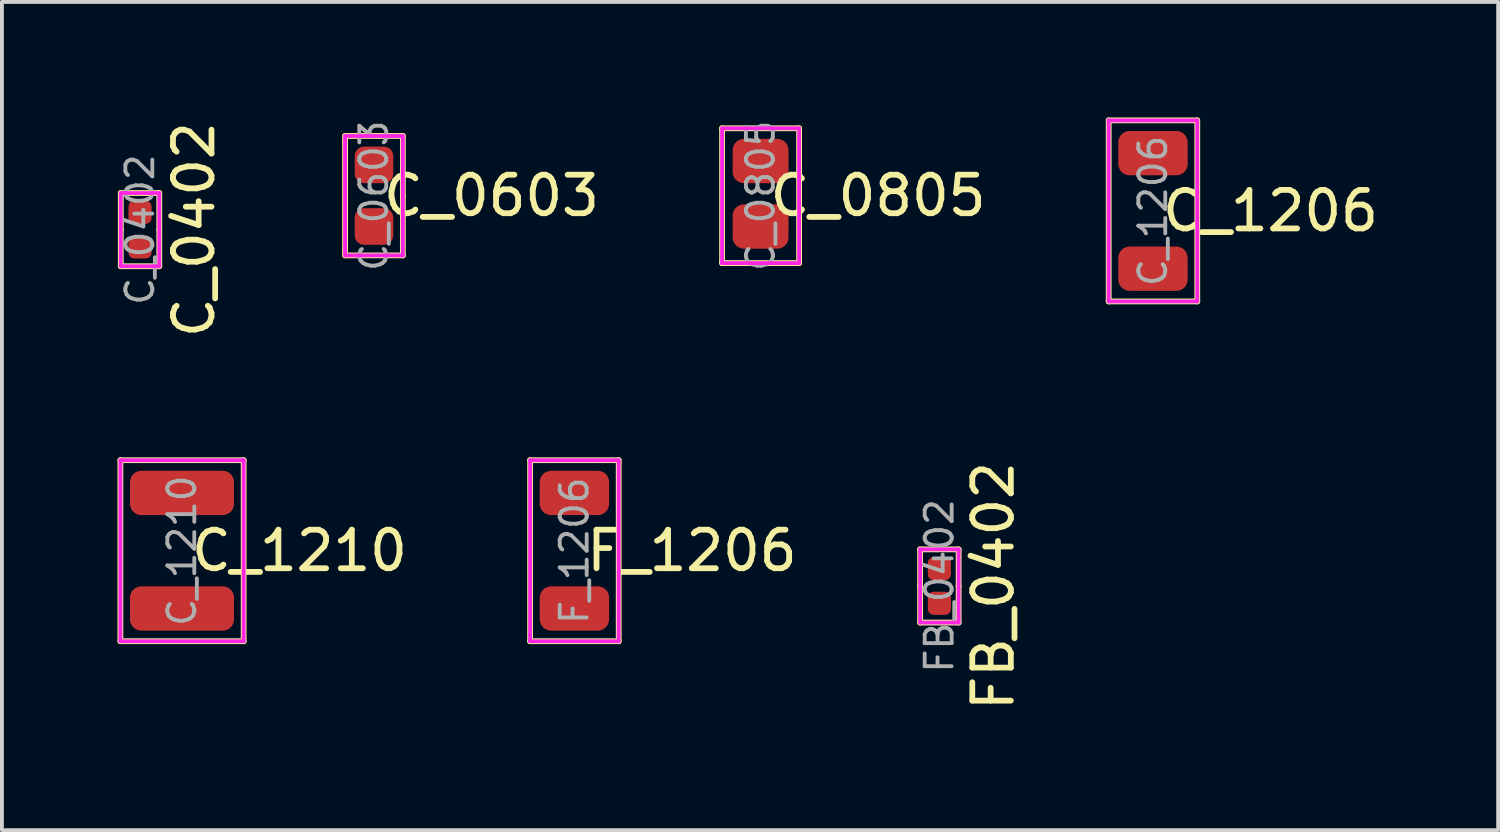
<source format=kicad_pcb>
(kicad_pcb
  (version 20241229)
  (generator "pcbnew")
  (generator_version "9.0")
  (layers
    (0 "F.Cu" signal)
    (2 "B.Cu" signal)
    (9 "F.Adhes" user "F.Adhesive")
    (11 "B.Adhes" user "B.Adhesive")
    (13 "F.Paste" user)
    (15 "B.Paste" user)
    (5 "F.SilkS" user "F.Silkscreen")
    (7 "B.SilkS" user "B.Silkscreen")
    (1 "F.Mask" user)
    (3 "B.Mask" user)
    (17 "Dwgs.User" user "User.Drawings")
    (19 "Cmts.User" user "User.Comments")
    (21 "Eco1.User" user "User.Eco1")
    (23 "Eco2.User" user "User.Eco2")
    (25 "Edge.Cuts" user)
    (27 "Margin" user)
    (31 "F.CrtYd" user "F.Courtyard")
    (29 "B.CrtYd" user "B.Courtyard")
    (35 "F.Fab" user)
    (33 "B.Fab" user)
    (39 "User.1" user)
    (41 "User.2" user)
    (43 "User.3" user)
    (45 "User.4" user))
  (footprint "C_0402"
    (layer "F.Cu")
    (at 0.585 2.911)
    (property "Reference" "C_0402" (at 1.4 0 90) (unlocked yes) (layer "F.SilkS") (effects (font (size 1 1) (thickness 0.15))))
    (attr smd)
    (fp_line (start -0.5 -0.95) (end 0.5 -0.95) (stroke (width 0.15) (type solid)) (layer "F.SilkS"))
    (fp_line (start -0.5 0) (end -0.5 -0.95) (stroke (width 0.15) (type solid)) (layer "F.SilkS"))
    (fp_line (start -0.5 0) (end -0.5 0.95) (stroke (width 0.15) (type solid)) (layer "F.SilkS"))
    (fp_line (start -0.5 0.95) (end 0.5 0.95) (stroke (width 0.15) (type solid)) (layer "F.SilkS"))
    (fp_line (start 0.5 0) (end 0.5 -0.95) (stroke (width 0.15) (type solid)) (layer "F.SilkS"))
    (fp_line (start 0.5 0) (end 0.5 0.95) (stroke (width 0.15) (type solid)) (layer "F.SilkS"))
    (fp_line (start -0.5 -0.95) (end 0.5 -0.95) (stroke (width 0.1) (type solid)) (layer "F.CrtYd"))
    (fp_line (start -0.5 0.95) (end -0.5 -0.95) (stroke (width 0.1) (type solid)) (layer "F.CrtYd"))
    (fp_line (start 0.5 -0.95) (end 0.5 0.95) (stroke (width 0.1) (type solid)) (layer "F.CrtYd"))
    (fp_line (start 0.5 0.95) (end -0.5 0.95) (stroke (width 0.1) (type solid)) (layer "F.CrtYd"))
    (fp_text user "${REFERENCE}" (at 0 0 90) (unlocked yes) (layer "F.Fab") (effects (font (size 0.7 0.7) (thickness 0.1))))
    (pad "1" smd roundrect (at 0 -0.45) (size 0.6 0.6) (layers "F.Cu" "F.Mask" "F.Paste") (roundrect_rratio 0.25))
    (pad "2" smd roundrect (at 0 0.45) (size 0.6 0.6) (layers "F.Cu" "F.Mask" "F.Paste") (roundrect_rratio 0.25)))
  (footprint "FB_0402"
    (layer "F.Cu")
    (at 21.335 12.161)
    (property "Reference" "FB_0402" (at 1.4 0 90) (unlocked yes) (layer "F.SilkS") (effects (font (size 1 1) (thickness 0.15))))
    (attr smd)
    (fp_line (start -0.5 -0.95) (end 0.5 -0.95) (stroke (width 0.15) (type solid)) (layer "F.SilkS"))
    (fp_line (start -0.5 0) (end -0.5 -0.95) (stroke (width 0.15) (type solid)) (layer "F.SilkS"))
    (fp_line (start -0.5 0) (end -0.5 0.95) (stroke (width 0.15) (type solid)) (layer "F.SilkS"))
    (fp_line (start -0.5 0.95) (end 0.5 0.95) (stroke (width 0.15) (type solid)) (layer "F.SilkS"))
    (fp_line (start 0.5 0) (end 0.5 -0.95) (stroke (width 0.15) (type solid)) (layer "F.SilkS"))
    (fp_line (start 0.5 0) (end 0.5 0.95) (stroke (width 0.15) (type solid)) (layer "F.SilkS"))
    (fp_line (start -0.5 -0.95) (end 0.5 -0.95) (stroke (width 0.1) (type solid)) (layer "F.CrtYd"))
    (fp_line (start -0.5 0.95) (end -0.5 -0.95) (stroke (width 0.1) (type solid)) (layer "F.CrtYd"))
    (fp_line (start 0.5 -0.95) (end 0.5 0.95) (stroke (width 0.1) (type solid)) (layer "F.CrtYd"))
    (fp_line (start 0.5 0.95) (end -0.5 0.95) (stroke (width 0.1) (type solid)) (layer "F.CrtYd"))
    (fp_text user "${REFERENCE}" (at 0 0 90) (unlocked yes) (layer "F.Fab") (effects (font (size 0.7 0.7) (thickness 0.1))))
    (pad "1" smd roundrect (at 0 -0.45) (size 0.6 0.6) (layers "F.Cu" "F.Mask" "F.Paste") (roundrect_rratio 0.25))
    (pad "2" smd roundrect (at 0 0.45) (size 0.6 0.6) (layers "F.Cu" "F.Mask" "F.Paste") (roundrect_rratio 0.25)))
  (footprint "C_0603"
    (layer "F.Cu")
    (at 6.658 2.03)
    (property "Reference" "C_0603" (at 3.05 0 0) (unlocked yes) (layer "F.SilkS") (effects (font (size 1 1) (thickness 0.15))))
    (attr smd)
    (fp_line (start -0.75 -1.55) (end -0.75 1.55) (stroke (width 0.15) (type solid)) (layer "F.SilkS"))
    (fp_line (start -0.75 1.55) (end 0.75 1.55) (stroke (width 0.15) (type solid)) (layer "F.SilkS"))
    (fp_line (start 0.75 -1.55) (end -0.75 -1.55) (stroke (width 0.15) (type solid)) (layer "F.SilkS"))
    (fp_line (start 0.75 0) (end 0.75 -1.55) (stroke (width 0.15) (type solid)) (layer "F.SilkS"))
    (fp_line (start 0.75 1.55) (end 0.75 0) (stroke (width 0.15) (type solid)) (layer "F.SilkS"))
    (fp_line (start -0.75 -1.55) (end -0.75 1.55) (stroke (width 0.1) (type solid)) (layer "F.CrtYd"))
    (fp_line (start 0.75 -1.55) (end -0.75 -1.55) (stroke (width 0.1) (type solid)) (layer "F.CrtYd"))
    (fp_line (start 0.75 1.55) (end -0.75 1.55) (stroke (width 0.1) (type solid)) (layer "F.CrtYd"))
    (fp_line (start 0.75 1.55) (end 0.75 -1.55) (stroke (width 0.1) (type solid)) (layer "F.CrtYd"))
    (fp_text user "${REFERENCE}" (at 0 0 90) (unlocked yes) (layer "F.Fab") (effects (font (size 0.7 0.7) (thickness 0.1))))
    (pad "1" smd roundrect (at 0 -0.8) (size 1 0.95) (layers "F.Cu" "F.Mask" "F.Paste") (roundrect_rratio 0.25))
    (pad "2" smd roundrect (at 0 0.8) (size 1 0.95) (layers "F.Cu" "F.Mask" "F.Paste") (roundrect_rratio 0.25)))
  (footprint "F_1206"
    (layer "F.Cu")
    (at 11.861 11.246)
    (property "Reference" "F_1206" (at 3.05 0 0) (unlocked yes) (layer "F.SilkS") (effects (font (size 1 1) (thickness 0.15))))
    (attr smd)
    (fp_line (start -1.15 -2.35) (end -1.15 2.35) (stroke (width 0.15) (type solid)) (layer "F.SilkS"))
    (fp_line (start -1.15 2.35) (end 1.15 2.35) (stroke (width 0.15) (type solid)) (layer "F.SilkS"))
    (fp_line (start 1.15 -2.35) (end -1.15 -2.35) (stroke (width 0.15) (type solid)) (layer "F.SilkS"))
    (fp_line (start 1.15 2.35) (end 1.15 -2.35) (stroke (width 0.15) (type solid)) (layer "F.SilkS"))
    (fp_line (start -1.15 -2.35) (end -1.15 2.35) (stroke (width 0.1) (type solid)) (layer "F.CrtYd"))
    (fp_line (start 1.15 -2.35) (end -1.15 -2.35) (stroke (width 0.1) (type solid)) (layer "F.CrtYd"))
    (fp_line (start 1.15 2.35) (end -1.15 2.35) (stroke (width 0.1) (type solid)) (layer "F.CrtYd"))
    (fp_line (start 1.15 2.35) (end 1.15 -2.35) (stroke (width 0.1) (type solid)) (layer "F.CrtYd"))
    (fp_text user "${REFERENCE}" (at 0 0 90) (unlocked yes) (layer "F.Fab") (effects (font (size 0.7 0.7) (thickness 0.1))))
    (pad "1" smd roundrect (at 0 -1.5) (size 1.8 1.15) (layers "F.Cu" "F.Mask" "F.Paste") (roundrect_rratio 0.25))
    (pad "2" smd roundrect (at 0 1.5) (size 1.8 1.15) (layers "F.Cu" "F.Mask" "F.Paste") (roundrect_rratio 0.25)))
  (footprint "C_0805"
    (layer "F.Cu")
    (at 16.694 2.03)
    (property "Reference" "C_0805" (at 3.05 0 0) (unlocked yes) (layer "F.SilkS") (effects (font (size 1 1) (thickness 0.15))))
    (attr smd)
    (fp_line (start -1 -1.75) (end -1 1.75) (stroke (width 0.15) (type solid)) (layer "F.SilkS"))
    (fp_line (start -1 1.75) (end 1 1.75) (stroke (width 0.15) (type solid)) (layer "F.SilkS"))
    (fp_line (start 1 -1.75) (end -1 -1.75) (stroke (width 0.15) (type solid)) (layer "F.SilkS"))
    (fp_line (start 1 1.75) (end 1 -1.75) (stroke (width 0.15) (type solid)) (layer "F.SilkS"))
    (fp_line (start -1 -1.75) (end -1 1.75) (stroke (width 0.1) (type solid)) (layer "F.CrtYd"))
    (fp_line (start 1 -1.75) (end -1 -1.75) (stroke (width 0.1) (type solid)) (layer "F.CrtYd"))
    (fp_line (start 1 1.75) (end -1 1.75) (stroke (width 0.1) (type solid)) (layer "F.CrtYd"))
    (fp_line (start 1 1.75) (end 1 -1.75) (stroke (width 0.1) (type solid)) (layer "F.CrtYd"))
    (fp_text user "${REFERENCE}" (at 0 0 90) (unlocked yes) (layer "F.Fab") (effects (font (size 0.7 0.7) (thickness 0.1))))
    (pad "1" smd roundrect (at 0 -0.9) (size 1.45 1.15) (layers "F.Cu" "F.Mask" "F.Paste") (roundrect_rratio 0.25))
    (pad "2" smd roundrect (at 0 0.8) (size 1.45 1.15) (layers "F.Cu" "F.Mask" "F.Paste") (roundrect_rratio 0.25)))
  (footprint "C_1210"
    (layer "F.Cu")
    (at 1.675 11.246)
    (property "Reference" "C_1210" (at 3.05 0 0) (unlocked yes) (layer "F.SilkS") (effects (font (size 1 1) (thickness 0.15))))
    (attr smd)
    (fp_line (start -1.6 -2.35) (end -1.6 2.35) (stroke (width 0.15) (type solid)) (layer "F.SilkS"))
    (fp_line (start -1.6 2.35) (end 1.6 2.35) (stroke (width 0.15) (type solid)) (layer "F.SilkS"))
    (fp_line (start 1.6 -2.35) (end -1.6 -2.35) (stroke (width 0.15) (type solid)) (layer "F.SilkS"))
    (fp_line (start 1.6 2.35) (end 1.6 -2.35) (stroke (width 0.15) (type solid)) (layer "F.SilkS"))
    (fp_line (start -1.6 -2.35) (end -1.6 2.35) (stroke (width 0.1) (type solid)) (layer "F.CrtYd"))
    (fp_line (start 1.6 -2.35) (end -1.6 -2.35) (stroke (width 0.1) (type solid)) (layer "F.CrtYd"))
    (fp_line (start 1.6 2.35) (end -1.6 2.35) (stroke (width 0.1) (type solid)) (layer "F.CrtYd"))
    (fp_line (start 1.6 2.35) (end 1.6 -2.35) (stroke (width 0.1) (type solid)) (layer "F.CrtYd"))
    (fp_text user "${REFERENCE}" (at 0 0 90) (unlocked yes) (layer "F.Fab") (effects (font (size 0.7 0.7) (thickness 0.1))))
    (pad "1" smd roundrect (at 0 -1.5) (size 2.7 1.15) (layers "F.Cu" "F.Mask" "F.Paste") (roundrect_rratio 0.25))
    (pad "2" smd roundrect (at 0 1.5) (size 2.7 1.15) (layers "F.Cu" "F.Mask" "F.Paste") (roundrect_rratio 0.25)))
  (footprint "C_1206"
    (layer "F.Cu")
    (at 26.88 2.425)
    (property "Reference" "C_1206" (at 3.05 0 0) (unlocked yes) (layer "F.SilkS") (effects (font (size 1 1) (thickness 0.15))))
    (attr smd)
    (fp_line (start -1.15 -2.35) (end -1.15 2.35) (stroke (width 0.15) (type solid)) (layer "F.SilkS"))
    (fp_line (start -1.15 2.35) (end 1.15 2.35) (stroke (width 0.15) (type solid)) (layer "F.SilkS"))
    (fp_line (start 1.15 -2.35) (end -1.15 -2.35) (stroke (width 0.15) (type solid)) (layer "F.SilkS"))
    (fp_line (start 1.15 2.35) (end 1.15 -2.35) (stroke (width 0.15) (type solid)) (layer "F.SilkS"))
    (fp_line (start -1.15 -2.35) (end -1.15 2.35) (stroke (width 0.1) (type solid)) (layer "F.CrtYd"))
    (fp_line (start 1.15 -2.35) (end -1.15 -2.35) (stroke (width 0.1) (type solid)) (layer "F.CrtYd"))
    (fp_line (start 1.15 2.35) (end -1.15 2.35) (stroke (width 0.1) (type solid)) (layer "F.CrtYd"))
    (fp_line (start 1.15 2.35) (end 1.15 -2.35) (stroke (width 0.1) (type solid)) (layer "F.CrtYd"))
    (fp_text user "${REFERENCE}" (at 0 0 90) (unlocked yes) (layer "F.Fab") (effects (font (size 0.7 0.7) (thickness 0.1))))
    (pad "1" smd roundrect (at 0 -1.5) (size 1.8 1.15) (layers "F.Cu" "F.Mask" "F.Paste") (roundrect_rratio 0.25))
    (pad "2" smd roundrect (at 0 1.5) (size 1.8 1.15) (layers "F.Cu" "F.Mask" "F.Paste") (roundrect_rratio 0.25)))
  (gr_rect
    (start -3 -3)
    (end 35.84 18.5)
    (stroke (width 0.1) (type default))
    (fill no)
    (layer "Edge.Cuts")))
</source>
